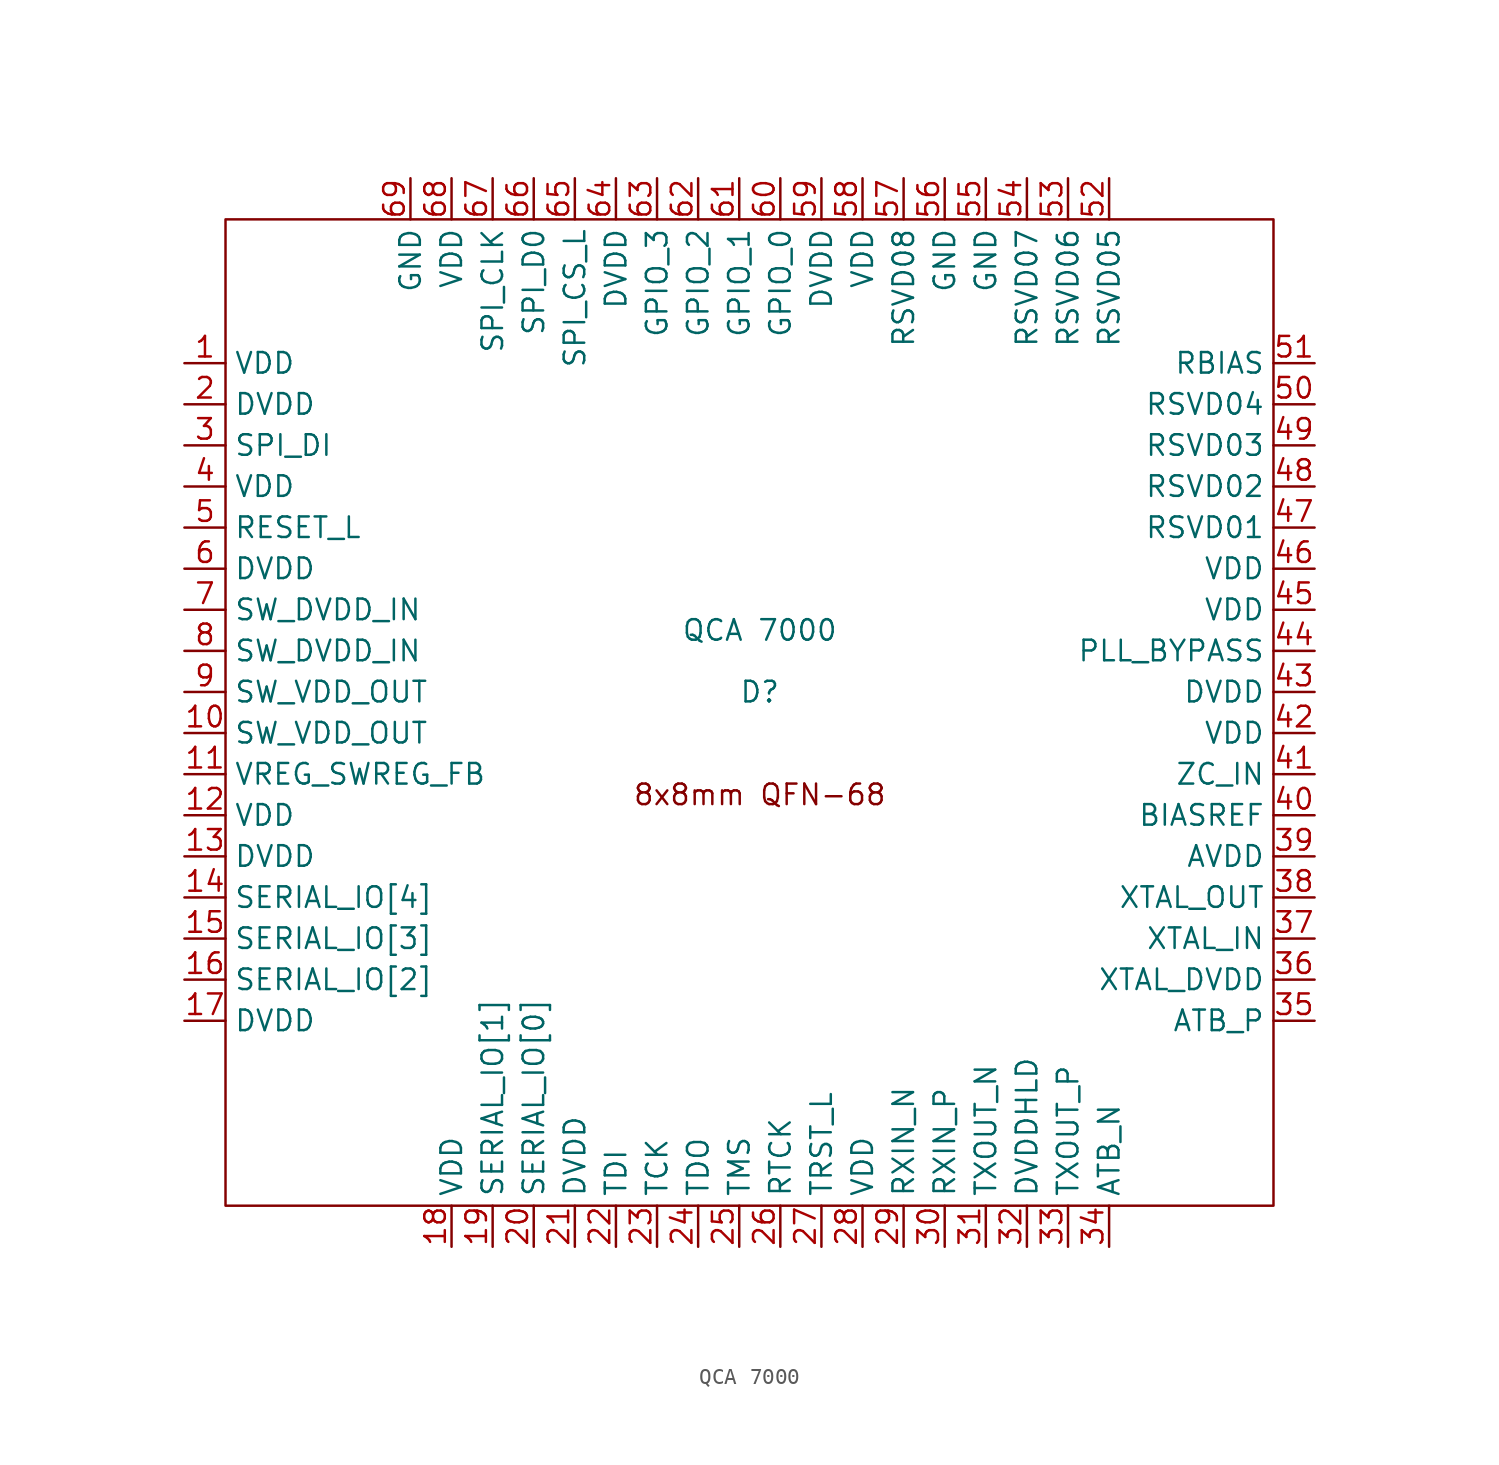
<source format=kicad_sym>
(kicad_symbol_lib
  (version 20211014)
  (generator kicad_symbol_editor)
  (symbol "QCA 7000"
    (property "Reference" "D"
      (at 0 0 0)
      (effects (font (size 1.27 1.27))))
    (property "Value" "QCA 7000"
      (at 0 3.81 0)
      (effects (font (size 1.27 1.27))))
    (symbol "QCA 7000_0_0"
      (text "8x8mm QFN-68" (at 0 -6.35 0) (effects (font (size 1.27 1.27))))
      (pin power_in line (at -35.56 -2.54 0) (length 2.54) (name "SW_VDD_OUT" (effects (font (size 1.27 1.27)))) (number "10" (effects (font (size 1.27 1.27)))))
      (pin power_in line (at -35.56 -5.08 0) (length 2.54) (name "VREG_SWREG_FB" (effects (font (size 1.27 1.27)))) (number "11" (effects (font (size 1.27 1.27)))))
      (pin power_in line (at -35.56 -7.62 0) (length 2.54) (name "VDD" (effects (font (size 1.27 1.27)))) (number "12" (effects (font (size 1.27 1.27)))))
      (pin power_in line (at -35.56 -10.16 0) (length 2.54) (name "DVDD" (effects (font (size 1.27 1.27)))) (number "13" (effects (font (size 1.27 1.27)))))
      (pin bidirectional line (at -35.56 -12.7 0) (length 2.54) (name "SERIAL_IO[4]" (effects (font (size 1.27 1.27)))) (number "14" (effects (font (size 1.27 1.27)))))
      (pin bidirectional line (at -35.56 -15.24 0) (length 2.54) (name "SERIAL_IO[3]" (effects (font (size 1.27 1.27)))) (number "15" (effects (font (size 1.27 1.27)))))
      (pin bidirectional line (at -35.56 -17.78 0) (length 2.54) (name "SERIAL_IO[2]" (effects (font (size 1.27 1.27)))) (number "16" (effects (font (size 1.27 1.27)))))
      (pin power_in line (at -35.56 -20.32 0) (length 2.54) (name "DVDD" (effects (font (size 1.27 1.27)))) (number "17" (effects (font (size 1.27 1.27)))))
      (pin power_in line (at -19.05 -34.29 90) (length 2.54) (name "VDD" (effects (font (size 1.27 1.27)))) (number "18" (effects (font (size 1.27 1.27)))))
      (pin bidirectional line (at -16.51 -34.29 90) (length 2.54) (name "SERIAL_IO[1]" (effects (font (size 1.27 1.27)))) (number "19" (effects (font (size 1.27 1.27)))))
      (pin power_in line (at -35.56 17.78 0) (length 2.54) (name "DVDD" (effects (font (size 1.27 1.27)))) (number "2" (effects (font (size 1.27 1.27)))))
      (pin bidirectional line (at -13.97 -34.29 90) (length 2.54) (name "SERIAL_IO[0]" (effects (font (size 1.27 1.27)))) (number "20" (effects (font (size 1.27 1.27)))))
      (pin power_in line (at -11.43 -34.29 90) (length 2.54) (name "DVDD" (effects (font (size 1.27 1.27)))) (number "21" (effects (font (size 1.27 1.27)))))
      (pin input line (at -8.89 -34.29 90) (length 2.54) (name "TDI" (effects (font (size 1.27 1.27)))) (number "22" (effects (font (size 1.27 1.27)))))
      (pin output line (at -6.35 -34.29 90) (length 2.54) (name "TCK" (effects (font (size 1.27 1.27)))) (number "23" (effects (font (size 1.27 1.27)))))
      (pin bidirectional line (at -3.81 -34.29 90) (length 2.54) (name "TDO" (effects (font (size 1.27 1.27)))) (number "24" (effects (font (size 1.27 1.27)))))
      (pin input line (at -1.27 -34.29 90) (length 2.54) (name "TMS" (effects (font (size 1.27 1.27)))) (number "25" (effects (font (size 1.27 1.27)))))
      (pin output line (at 1.27 -34.29 90) (length 2.54) (name "RTCK" (effects (font (size 1.27 1.27)))) (number "26" (effects (font (size 1.27 1.27)))))
      (pin input line (at 3.81 -34.29 90) (length 2.54) (name "TRST_L" (effects (font (size 1.27 1.27)))) (number "27" (effects (font (size 1.27 1.27)))))
      (pin power_in line (at 6.35 -34.29 90) (length 2.54) (name "VDD" (effects (font (size 1.27 1.27)))) (number "28" (effects (font (size 1.27 1.27)))))
      (pin input line (at 8.89 -34.29 90) (length 2.54) (name "RXIN_N" (effects (font (size 1.27 1.27)))) (number "29" (effects (font (size 1.27 1.27)))))
      (pin input line (at -35.56 15.24 0) (length 2.54) (name "SPI_DI" (effects (font (size 1.27 1.27)))) (number "3" (effects (font (size 1.27 1.27)))))
      (pin input line (at 11.43 -34.29 90) (length 2.54) (name "RXIN_P" (effects (font (size 1.27 1.27)))) (number "30" (effects (font (size 1.27 1.27)))))
      (pin output line (at 13.97 -34.29 90) (length 2.54) (name "TXOUT_N" (effects (font (size 1.27 1.27)))) (number "31" (effects (font (size 1.27 1.27)))))
      (pin power_in line (at 16.51 -34.29 90) (length 2.54) (name "DVDDHLD" (effects (font (size 1.27 1.27)))) (number "32" (effects (font (size 1.27 1.27)))))
      (pin output line (at 19.05 -34.29 90) (length 2.54) (name "TXOUT_P" (effects (font (size 1.27 1.27)))) (number "33" (effects (font (size 1.27 1.27)))))
      (pin input line (at 21.59 -34.29 90) (length 2.54) (name "ATB_N" (effects (font (size 1.27 1.27)))) (number "34" (effects (font (size 1.27 1.27)))))
      (pin input line (at 34.29 -20.32 180) (length 2.54) (name "ATB_P" (effects (font (size 1.27 1.27)))) (number "35" (effects (font (size 1.27 1.27)))))
      (pin power_in line (at 34.29 -17.78 180) (length 2.54) (name "XTAL_DVDD" (effects (font (size 1.27 1.27)))) (number "36" (effects (font (size 1.27 1.27)))))
      (pin input line (at 34.29 -15.24 180) (length 2.54) (name "XTAL_IN" (effects (font (size 1.27 1.27)))) (number "37" (effects (font (size 1.27 1.27)))))
      (pin output line (at 34.29 -12.7 180) (length 2.54) (name "XTAL_OUT" (effects (font (size 1.27 1.27)))) (number "38" (effects (font (size 1.27 1.27)))))
      (pin power_in line (at 34.29 -10.16 180) (length 2.54) (name "AVDD" (effects (font (size 1.27 1.27)))) (number "39" (effects (font (size 1.27 1.27)))))
      (pin power_in line (at -35.56 12.7 0) (length 2.54) (name "VDD" (effects (font (size 1.27 1.27)))) (number "4" (effects (font (size 1.27 1.27)))))
      (pin power_in line (at 34.29 -7.62 180) (length 2.54) (name "BIASREF" (effects (font (size 1.27 1.27)))) (number "40" (effects (font (size 1.27 1.27)))))
      (pin input line (at 34.29 -5.08 180) (length 2.54) (name "ZC_IN" (effects (font (size 1.27 1.27)))) (number "41" (effects (font (size 1.27 1.27)))))
      (pin power_in line (at 34.29 -2.54 180) (length 2.54) (name "VDD" (effects (font (size 1.27 1.27)))) (number "42" (effects (font (size 1.27 1.27)))))
      (pin power_in line (at 34.29 0 180) (length 2.54) (name "DVDD" (effects (font (size 1.27 1.27)))) (number "43" (effects (font (size 1.27 1.27)))))
      (pin input line (at 34.29 2.54 180) (length 2.54) (name "PLL_BYPASS" (effects (font (size 1.27 1.27)))) (number "44" (effects (font (size 1.27 1.27)))))
      (pin power_in line (at 34.29 5.08 180) (length 2.54) (name "VDD" (effects (font (size 1.27 1.27)))) (number "45" (effects (font (size 1.27 1.27)))))
      (pin power_in line (at 34.29 7.62 180) (length 2.54) (name "VDD" (effects (font (size 1.27 1.27)))) (number "46" (effects (font (size 1.27 1.27)))))
      (pin bidirectional line (at 34.29 10.16 180) (length 2.54) (name "RSVD01" (effects (font (size 1.27 1.27)))) (number "47" (effects (font (size 1.27 1.27)))))
      (pin bidirectional line (at 34.29 12.7 180) (length 2.54) (name "RSVD02" (effects (font (size 1.27 1.27)))) (number "48" (effects (font (size 1.27 1.27)))))
      (pin bidirectional line (at 34.29 15.24 180) (length 2.54) (name "RSVD03" (effects (font (size 1.27 1.27)))) (number "49" (effects (font (size 1.27 1.27)))))
      (pin input line (at -35.56 10.16 0) (length 2.54) (name "RESET_L" (effects (font (size 1.27 1.27)))) (number "5" (effects (font (size 1.27 1.27)))))
      (pin bidirectional line (at 34.29 17.78 180) (length 2.54) (name "RSVD04" (effects (font (size 1.27 1.27)))) (number "50" (effects (font (size 1.27 1.27)))))
      (pin bidirectional line (at 34.29 20.32 180) (length 2.54) (name "RBIAS" (effects (font (size 1.27 1.27)))) (number "51" (effects (font (size 1.27 1.27)))))
      (pin bidirectional line (at 21.59 31.75 270) (length 2.54) (name "RSVD05" (effects (font (size 1.27 1.27)))) (number "52" (effects (font (size 1.27 1.27)))))
      (pin bidirectional line (at 19.05 31.75 270) (length 2.54) (name "RSVD06" (effects (font (size 1.27 1.27)))) (number "53" (effects (font (size 1.27 1.27)))))
      (pin bidirectional line (at 16.51 31.75 270) (length 2.54) (name "RSVD07" (effects (font (size 1.27 1.27)))) (number "54" (effects (font (size 1.27 1.27)))))
      (pin power_in line (at 13.97 31.75 270) (length 2.54) (name "GND" (effects (font (size 1.27 1.27)))) (number "55" (effects (font (size 1.27 1.27)))))
      (pin power_in line (at 11.43 31.75 270) (length 2.54) (name "GND" (effects (font (size 1.27 1.27)))) (number "56" (effects (font (size 1.27 1.27)))))
      (pin bidirectional line (at 8.89 31.75 270) (length 2.54) (name "RSVD08" (effects (font (size 1.27 1.27)))) (number "57" (effects (font (size 1.27 1.27)))))
      (pin power_in line (at 6.35 31.75 270) (length 2.54) (name "VDD" (effects (font (size 1.27 1.27)))) (number "58" (effects (font (size 1.27 1.27)))))
      (pin power_in line (at 3.81 31.75 270) (length 2.54) (name "DVDD" (effects (font (size 1.27 1.27)))) (number "59" (effects (font (size 1.27 1.27)))))
      (pin power_in line (at -35.56 7.62 0) (length 2.54) (name "DVDD" (effects (font (size 1.27 1.27)))) (number "6" (effects (font (size 1.27 1.27)))))
      (pin bidirectional line (at 1.27 31.75 270) (length 2.54) (name "GPIO_0" (effects (font (size 1.27 1.27)))) (number "60" (effects (font (size 1.27 1.27)))))
      (pin bidirectional line (at -1.27 31.75 270) (length 2.54) (name "GPIO_1" (effects (font (size 1.27 1.27)))) (number "61" (effects (font (size 1.27 1.27)))))
      (pin bidirectional line (at -3.81 31.75 270) (length 2.54) (name "GPIO_2" (effects (font (size 1.27 1.27)))) (number "62" (effects (font (size 1.27 1.27)))))
      (pin bidirectional line (at -6.35 31.75 270) (length 2.54) (name "GPIO_3" (effects (font (size 1.27 1.27)))) (number "63" (effects (font (size 1.27 1.27)))))
      (pin power_in line (at -8.89 31.75 270) (length 2.54) (name "DVDD" (effects (font (size 1.27 1.27)))) (number "64" (effects (font (size 1.27 1.27)))))
      (pin output line (at -11.43 31.75 270) (length 2.54) (name "SPI_CS_L" (effects (font (size 1.27 1.27)))) (number "65" (effects (font (size 1.27 1.27)))))
      (pin output line (at -13.97 31.75 270) (length 2.54) (name "SPI_D0" (effects (font (size 1.27 1.27)))) (number "66" (effects (font (size 1.27 1.27)))))
      (pin output line (at -16.51 31.75 270) (length 2.54) (name "SPI_CLK" (effects (font (size 1.27 1.27)))) (number "67" (effects (font (size 1.27 1.27)))))
      (pin power_in line (at -19.05 31.75 270) (length 2.54) (name "VDD" (effects (font (size 1.27 1.27)))) (number "68" (effects (font (size 1.27 1.27)))))
      (pin power_in line (at -21.59 31.75 270) (length 2.54) (name "GND" (effects (font (size 1.27 1.27)))) (number "69" (effects (font (size 1.27 1.27)))))
      (pin power_in line (at -35.56 5.08 0) (length 2.54) (name "SW_DVDD_IN" (effects (font (size 1.27 1.27)))) (number "7" (effects (font (size 1.27 1.27)))))
      (pin power_in line (at -35.56 2.54 0) (length 2.54) (name "SW_DVDD_IN" (effects (font (size 1.27 1.27)))) (number "8" (effects (font (size 1.27 1.27)))))
      (pin power_in line (at -35.56 0 0) (length 2.54) (name "SW_VDD_OUT" (effects (font (size 1.27 1.27)))) (number "9" (effects (font (size 1.27 1.27))))))
    (symbol "QCA 7000_0_1"
      (rectangle (start -33.02 29.21) (end 31.75 -31.75) (stroke (width 0) (type default) (color 0 0 0 0)) (fill (type none))))
    (symbol "QCA 7000_1_1"
      (pin power_in line (at -35.56 20.32 0) (length 2.54) (name "VDD" (effects (font (size 1.27 1.27)))) (number "1" (effects (font (size 1.27 1.27))))))))
</source>
